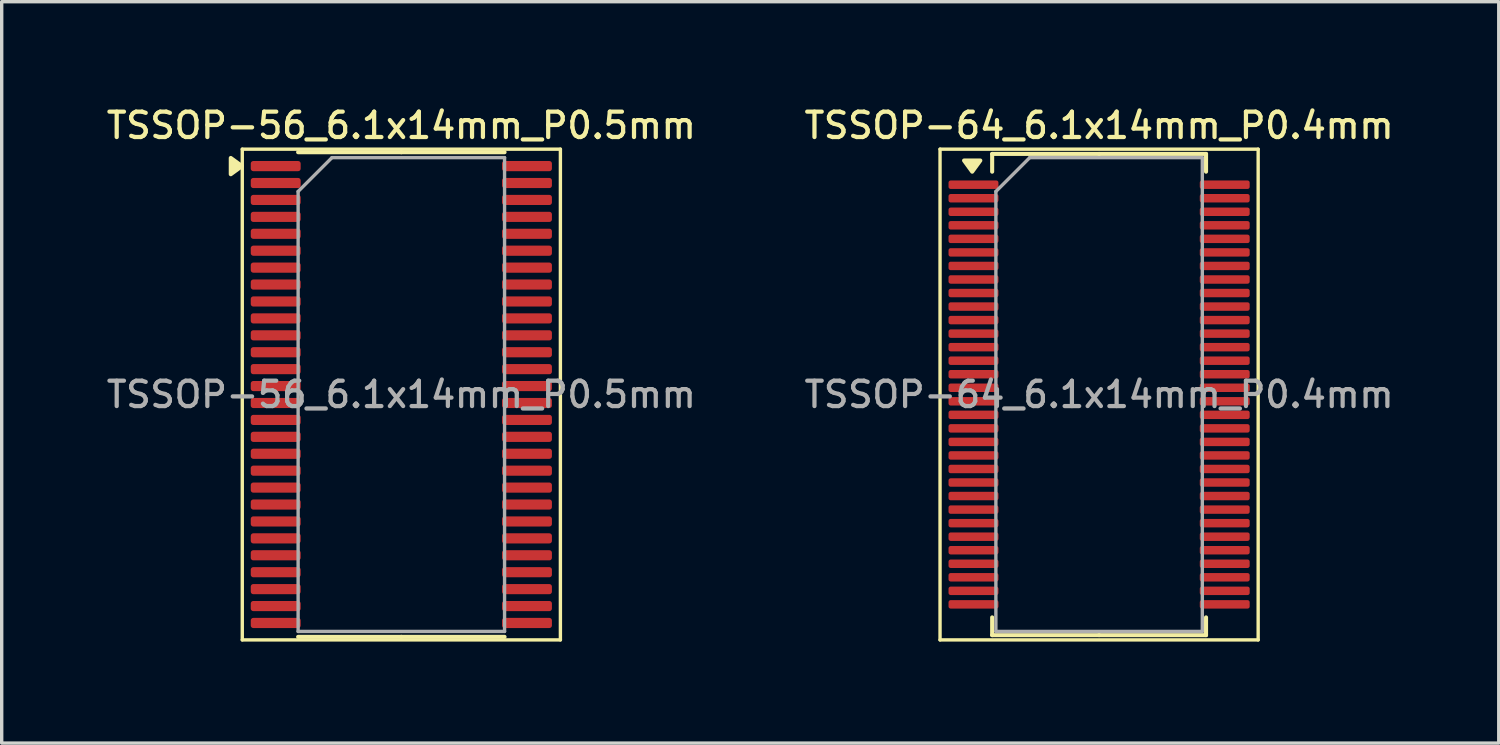
<source format=kicad_pcb>
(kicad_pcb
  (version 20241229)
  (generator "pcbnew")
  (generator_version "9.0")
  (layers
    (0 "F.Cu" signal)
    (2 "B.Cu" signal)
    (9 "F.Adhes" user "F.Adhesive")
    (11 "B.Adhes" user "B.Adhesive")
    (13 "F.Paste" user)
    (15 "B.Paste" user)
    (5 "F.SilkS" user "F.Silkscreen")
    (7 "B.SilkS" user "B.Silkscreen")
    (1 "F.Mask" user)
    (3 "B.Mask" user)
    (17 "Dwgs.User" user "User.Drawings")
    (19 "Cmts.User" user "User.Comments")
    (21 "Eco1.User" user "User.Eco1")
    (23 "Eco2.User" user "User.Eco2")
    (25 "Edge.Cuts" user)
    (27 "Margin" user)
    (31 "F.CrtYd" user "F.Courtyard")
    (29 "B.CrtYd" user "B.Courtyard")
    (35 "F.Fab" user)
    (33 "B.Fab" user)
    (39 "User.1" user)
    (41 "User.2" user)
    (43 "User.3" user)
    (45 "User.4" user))
  (footprint "TSSOP-64_6.1x14mm_P0.4mm"
    (layer "F.Cu")
    (at 29.427 8.608)
    (property "Reference" "TSSOP-64_6.1x14mm_P0.4mm" (at 0 -7.95 0) (layer "F.SilkS") (effects (font (size 0.75 0.75) (thickness 0.125))))
    (attr smd)
    (fp_line (start -4.7 -7.25) (end -4.7 7.25) (stroke (width 0.1) (type solid)) (layer "F.SilkS"))
    (fp_line (start -4.7 7.25) (end 4.7 7.25) (stroke (width 0.1) (type solid)) (layer "F.SilkS"))
    (fp_line (start -3.16 -7.11) (end -3.16 -6.585) (stroke (width 0.12) (type solid)) (layer "F.SilkS"))
    (fp_line (start -3.16 7.11) (end -3.16 6.585) (stroke (width 0.12) (type solid)) (layer "F.SilkS"))
    (fp_line (start 0 -7.11) (end -3.16 -7.11) (stroke (width 0.12) (type solid)) (layer "F.SilkS"))
    (fp_line (start 0 -7.11) (end 3.16 -7.11) (stroke (width 0.12) (type solid)) (layer "F.SilkS"))
    (fp_line (start 0 7.11) (end -3.16 7.11) (stroke (width 0.12) (type solid)) (layer "F.SilkS"))
    (fp_line (start 0 7.11) (end 3.16 7.11) (stroke (width 0.12) (type solid)) (layer "F.SilkS"))
    (fp_line (start 3.16 -7.11) (end 3.16 -6.585) (stroke (width 0.12) (type solid)) (layer "F.SilkS"))
    (fp_line (start 3.16 7.11) (end 3.16 6.585) (stroke (width 0.12) (type solid)) (layer "F.SilkS"))
    (fp_line (start 4.7 -7.25) (end -4.7 -7.25) (stroke (width 0.1) (type solid)) (layer "F.SilkS"))
    (fp_line (start 4.7 7.25) (end 4.7 -7.25) (stroke (width 0.1) (type solid)) (layer "F.SilkS"))
    (fp_poly (pts (xy -3.75 -6.585) (xy -3.99 -6.915) (xy -3.51 -6.915) (xy -3.75 -6.585)) (stroke (width 0.12) (type solid)) (fill yes) (layer "F.SilkS"))
    (fp_line (start -3.05 -6) (end -2.05 -7) (stroke (width 0.1) (type solid)) (layer "F.Fab"))
    (fp_line (start -3.05 7) (end -3.05 -6) (stroke (width 0.1) (type solid)) (layer "F.Fab"))
    (fp_line (start -2.05 -7) (end 3.05 -7) (stroke (width 0.1) (type solid)) (layer "F.Fab"))
    (fp_line (start 3.05 -7) (end 3.05 7) (stroke (width 0.1) (type solid)) (layer "F.Fab"))
    (fp_line (start 3.05 7) (end -3.05 7) (stroke (width 0.1) (type solid)) (layer "F.Fab"))
    (fp_text user "${REFERENCE}" (at 0 0 0) (layer "F.Fab") (effects (font (size 0.75 0.75) (thickness 0.125))))
    (pad "1" smd roundrect (at -3.712 -6.2) (size 1.475 0.25) (layers "F.Cu" "F.Mask" "F.Paste") (roundrect_rratio 0.25))
    (pad "2" smd roundrect (at -3.712 -5.8) (size 1.475 0.25) (layers "F.Cu" "F.Mask" "F.Paste") (roundrect_rratio 0.25))
    (pad "3" smd roundrect (at -3.712 -5.4) (size 1.475 0.25) (layers "F.Cu" "F.Mask" "F.Paste") (roundrect_rratio 0.25))
    (pad "4" smd roundrect (at -3.712 -5) (size 1.475 0.25) (layers "F.Cu" "F.Mask" "F.Paste") (roundrect_rratio 0.25))
    (pad "5" smd roundrect (at -3.712 -4.6) (size 1.475 0.25) (layers "F.Cu" "F.Mask" "F.Paste") (roundrect_rratio 0.25))
    (pad "6" smd roundrect (at -3.712 -4.2) (size 1.475 0.25) (layers "F.Cu" "F.Mask" "F.Paste") (roundrect_rratio 0.25))
    (pad "7" smd roundrect (at -3.712 -3.8) (size 1.475 0.25) (layers "F.Cu" "F.Mask" "F.Paste") (roundrect_rratio 0.25))
    (pad "8" smd roundrect (at -3.712 -3.4) (size 1.475 0.25) (layers "F.Cu" "F.Mask" "F.Paste") (roundrect_rratio 0.25))
    (pad "9" smd roundrect (at -3.712 -3) (size 1.475 0.25) (layers "F.Cu" "F.Mask" "F.Paste") (roundrect_rratio 0.25))
    (pad "10" smd roundrect (at -3.712 -2.6) (size 1.475 0.25) (layers "F.Cu" "F.Mask" "F.Paste") (roundrect_rratio 0.25))
    (pad "11" smd roundrect (at -3.712 -2.2) (size 1.475 0.25) (layers "F.Cu" "F.Mask" "F.Paste") (roundrect_rratio 0.25))
    (pad "12" smd roundrect (at -3.712 -1.8) (size 1.475 0.25) (layers "F.Cu" "F.Mask" "F.Paste") (roundrect_rratio 0.25))
    (pad "13" smd roundrect (at -3.712 -1.4) (size 1.475 0.25) (layers "F.Cu" "F.Mask" "F.Paste") (roundrect_rratio 0.25))
    (pad "14" smd roundrect (at -3.712 -1) (size 1.475 0.25) (layers "F.Cu" "F.Mask" "F.Paste") (roundrect_rratio 0.25))
    (pad "15" smd roundrect (at -3.712 -0.6) (size 1.475 0.25) (layers "F.Cu" "F.Mask" "F.Paste") (roundrect_rratio 0.25))
    (pad "16" smd roundrect (at -3.712 -0.2) (size 1.475 0.25) (layers "F.Cu" "F.Mask" "F.Paste") (roundrect_rratio 0.25))
    (pad "17" smd roundrect (at -3.712 0.2) (size 1.475 0.25) (layers "F.Cu" "F.Mask" "F.Paste") (roundrect_rratio 0.25))
    (pad "18" smd roundrect (at -3.712 0.6) (size 1.475 0.25) (layers "F.Cu" "F.Mask" "F.Paste") (roundrect_rratio 0.25))
    (pad "19" smd roundrect (at -3.712 1) (size 1.475 0.25) (layers "F.Cu" "F.Mask" "F.Paste") (roundrect_rratio 0.25))
    (pad "20" smd roundrect (at -3.712 1.4) (size 1.475 0.25) (layers "F.Cu" "F.Mask" "F.Paste") (roundrect_rratio 0.25))
    (pad "21" smd roundrect (at -3.712 1.8) (size 1.475 0.25) (layers "F.Cu" "F.Mask" "F.Paste") (roundrect_rratio 0.25))
    (pad "22" smd roundrect (at -3.712 2.2) (size 1.475 0.25) (layers "F.Cu" "F.Mask" "F.Paste") (roundrect_rratio 0.25))
    (pad "23" smd roundrect (at -3.712 2.6) (size 1.475 0.25) (layers "F.Cu" "F.Mask" "F.Paste") (roundrect_rratio 0.25))
    (pad "24" smd roundrect (at -3.712 3) (size 1.475 0.25) (layers "F.Cu" "F.Mask" "F.Paste") (roundrect_rratio 0.25))
    (pad "25" smd roundrect (at -3.712 3.4) (size 1.475 0.25) (layers "F.Cu" "F.Mask" "F.Paste") (roundrect_rratio 0.25))
    (pad "26" smd roundrect (at -3.712 3.8) (size 1.475 0.25) (layers "F.Cu" "F.Mask" "F.Paste") (roundrect_rratio 0.25))
    (pad "27" smd roundrect (at -3.712 4.2) (size 1.475 0.25) (layers "F.Cu" "F.Mask" "F.Paste") (roundrect_rratio 0.25))
    (pad "28" smd roundrect (at -3.712 4.6) (size 1.475 0.25) (layers "F.Cu" "F.Mask" "F.Paste") (roundrect_rratio 0.25))
    (pad "29" smd roundrect (at -3.712 5) (size 1.475 0.25) (layers "F.Cu" "F.Mask" "F.Paste") (roundrect_rratio 0.25))
    (pad "30" smd roundrect (at -3.712 5.4) (size 1.475 0.25) (layers "F.Cu" "F.Mask" "F.Paste") (roundrect_rratio 0.25))
    (pad "31" smd roundrect (at -3.712 5.8) (size 1.475 0.25) (layers "F.Cu" "F.Mask" "F.Paste") (roundrect_rratio 0.25))
    (pad "32" smd roundrect (at -3.712 6.2) (size 1.475 0.25) (layers "F.Cu" "F.Mask" "F.Paste") (roundrect_rratio 0.25))
    (pad "33" smd roundrect (at 3.712 6.2) (size 1.475 0.25) (layers "F.Cu" "F.Mask" "F.Paste") (roundrect_rratio 0.25))
    (pad "34" smd roundrect (at 3.712 5.8) (size 1.475 0.25) (layers "F.Cu" "F.Mask" "F.Paste") (roundrect_rratio 0.25))
    (pad "35" smd roundrect (at 3.712 5.4) (size 1.475 0.25) (layers "F.Cu" "F.Mask" "F.Paste") (roundrect_rratio 0.25))
    (pad "36" smd roundrect (at 3.712 5) (size 1.475 0.25) (layers "F.Cu" "F.Mask" "F.Paste") (roundrect_rratio 0.25))
    (pad "37" smd roundrect (at 3.712 4.6) (size 1.475 0.25) (layers "F.Cu" "F.Mask" "F.Paste") (roundrect_rratio 0.25))
    (pad "38" smd roundrect (at 3.712 4.2) (size 1.475 0.25) (layers "F.Cu" "F.Mask" "F.Paste") (roundrect_rratio 0.25))
    (pad "39" smd roundrect (at 3.712 3.8) (size 1.475 0.25) (layers "F.Cu" "F.Mask" "F.Paste") (roundrect_rratio 0.25))
    (pad "40" smd roundrect (at 3.712 3.4) (size 1.475 0.25) (layers "F.Cu" "F.Mask" "F.Paste") (roundrect_rratio 0.25))
    (pad "41" smd roundrect (at 3.712 3) (size 1.475 0.25) (layers "F.Cu" "F.Mask" "F.Paste") (roundrect_rratio 0.25))
    (pad "42" smd roundrect (at 3.712 2.6) (size 1.475 0.25) (layers "F.Cu" "F.Mask" "F.Paste") (roundrect_rratio 0.25))
    (pad "43" smd roundrect (at 3.712 2.2) (size 1.475 0.25) (layers "F.Cu" "F.Mask" "F.Paste") (roundrect_rratio 0.25))
    (pad "44" smd roundrect (at 3.712 1.8) (size 1.475 0.25) (layers "F.Cu" "F.Mask" "F.Paste") (roundrect_rratio 0.25))
    (pad "45" smd roundrect (at 3.712 1.4) (size 1.475 0.25) (layers "F.Cu" "F.Mask" "F.Paste") (roundrect_rratio 0.25))
    (pad "46" smd roundrect (at 3.712 1) (size 1.475 0.25) (layers "F.Cu" "F.Mask" "F.Paste") (roundrect_rratio 0.25))
    (pad "47" smd roundrect (at 3.712 0.6) (size 1.475 0.25) (layers "F.Cu" "F.Mask" "F.Paste") (roundrect_rratio 0.25))
    (pad "48" smd roundrect (at 3.712 0.2) (size 1.475 0.25) (layers "F.Cu" "F.Mask" "F.Paste") (roundrect_rratio 0.25))
    (pad "49" smd roundrect (at 3.712 -0.2) (size 1.475 0.25) (layers "F.Cu" "F.Mask" "F.Paste") (roundrect_rratio 0.25))
    (pad "50" smd roundrect (at 3.712 -0.6) (size 1.475 0.25) (layers "F.Cu" "F.Mask" "F.Paste") (roundrect_rratio 0.25))
    (pad "51" smd roundrect (at 3.712 -1) (size 1.475 0.25) (layers "F.Cu" "F.Mask" "F.Paste") (roundrect_rratio 0.25))
    (pad "52" smd roundrect (at 3.712 -1.4) (size 1.475 0.25) (layers "F.Cu" "F.Mask" "F.Paste") (roundrect_rratio 0.25))
    (pad "53" smd roundrect (at 3.712 -1.8) (size 1.475 0.25) (layers "F.Cu" "F.Mask" "F.Paste") (roundrect_rratio 0.25))
    (pad "54" smd roundrect (at 3.712 -2.2) (size 1.475 0.25) (layers "F.Cu" "F.Mask" "F.Paste") (roundrect_rratio 0.25))
    (pad "55" smd roundrect (at 3.712 -2.6) (size 1.475 0.25) (layers "F.Cu" "F.Mask" "F.Paste") (roundrect_rratio 0.25))
    (pad "56" smd roundrect (at 3.712 -3) (size 1.475 0.25) (layers "F.Cu" "F.Mask" "F.Paste") (roundrect_rratio 0.25))
    (pad "57" smd roundrect (at 3.712 -3.4) (size 1.475 0.25) (layers "F.Cu" "F.Mask" "F.Paste") (roundrect_rratio 0.25))
    (pad "58" smd roundrect (at 3.712 -3.8) (size 1.475 0.25) (layers "F.Cu" "F.Mask" "F.Paste") (roundrect_rratio 0.25))
    (pad "59" smd roundrect (at 3.712 -4.2) (size 1.475 0.25) (layers "F.Cu" "F.Mask" "F.Paste") (roundrect_rratio 0.25))
    (pad "60" smd roundrect (at 3.712 -4.6) (size 1.475 0.25) (layers "F.Cu" "F.Mask" "F.Paste") (roundrect_rratio 0.25))
    (pad "61" smd roundrect (at 3.712 -5) (size 1.475 0.25) (layers "F.Cu" "F.Mask" "F.Paste") (roundrect_rratio 0.25))
    (pad "62" smd roundrect (at 3.712 -5.4) (size 1.475 0.25) (layers "F.Cu" "F.Mask" "F.Paste") (roundrect_rratio 0.25))
    (pad "63" smd roundrect (at 3.712 -5.8) (size 1.475 0.25) (layers "F.Cu" "F.Mask" "F.Paste") (roundrect_rratio 0.25))
    (pad "64" smd roundrect (at 3.712 -6.2) (size 1.475 0.25) (layers "F.Cu" "F.Mask" "F.Paste") (roundrect_rratio 0.25)))
  (footprint "TSSOP-56_6.1x14mm_P0.5mm"
    (layer "F.Cu")
    (at 8.809 8.608)
    (property "Reference" "TSSOP-56_6.1x14mm_P0.5mm" (at 0 -7.95 0) (layer "F.SilkS") (effects (font (size 0.75 0.75) (thickness 0.125))))
    (attr smd)
    (fp_line (start -4.7 -7.25) (end -4.7 7.25) (stroke (width 0.1) (type solid)) (layer "F.SilkS"))
    (fp_line (start -4.7 7.25) (end 4.7 7.25) (stroke (width 0.1) (type solid)) (layer "F.SilkS"))
    (fp_line (start 0 -7.16) (end -3.05 -7.16) (stroke (width 0.12) (type solid)) (layer "F.SilkS"))
    (fp_line (start 0 -7.16) (end 3.05 -7.16) (stroke (width 0.12) (type solid)) (layer "F.SilkS"))
    (fp_line (start 0 7.16) (end -3.05 7.16) (stroke (width 0.12) (type solid)) (layer "F.SilkS"))
    (fp_line (start 0 7.16) (end 3.05 7.16) (stroke (width 0.12) (type solid)) (layer "F.SilkS"))
    (fp_line (start 4.7 -7.25) (end -4.7 -7.25) (stroke (width 0.1) (type solid)) (layer "F.SilkS"))
    (fp_line (start 4.7 7.25) (end 4.7 -7.25) (stroke (width 0.1) (type solid)) (layer "F.SilkS"))
    (fp_poly (pts (xy -4.71 -6.75) (xy -5.04 -6.99) (xy -5.04 -6.51) (xy -4.71 -6.75)) (stroke (width 0.12) (type solid)) (fill yes) (layer "F.SilkS"))
    (fp_line (start -3.05 -6) (end -2.05 -7) (stroke (width 0.1) (type solid)) (layer "F.Fab"))
    (fp_line (start -3.05 7) (end -3.05 -6) (stroke (width 0.1) (type solid)) (layer "F.Fab"))
    (fp_line (start -2.05 -7) (end 3.05 -7) (stroke (width 0.1) (type solid)) (layer "F.Fab"))
    (fp_line (start 3.05 -7) (end 3.05 7) (stroke (width 0.1) (type solid)) (layer "F.Fab"))
    (fp_line (start 3.05 7) (end -3.05 7) (stroke (width 0.1) (type solid)) (layer "F.Fab"))
    (fp_text user "${REFERENCE}" (at 0 0 0) (layer "F.Fab") (effects (font (size 0.75 0.75) (thickness 0.125))))
    (pad "1" smd roundrect (at -3.712 -6.75) (size 1.475 0.3) (layers "F.Cu" "F.Mask" "F.Paste") (roundrect_rratio 0.25))
    (pad "2" smd roundrect (at -3.712 -6.25) (size 1.475 0.3) (layers "F.Cu" "F.Mask" "F.Paste") (roundrect_rratio 0.25))
    (pad "3" smd roundrect (at -3.712 -5.75) (size 1.475 0.3) (layers "F.Cu" "F.Mask" "F.Paste") (roundrect_rratio 0.25))
    (pad "4" smd roundrect (at -3.712 -5.25) (size 1.475 0.3) (layers "F.Cu" "F.Mask" "F.Paste") (roundrect_rratio 0.25))
    (pad "5" smd roundrect (at -3.712 -4.75) (size 1.475 0.3) (layers "F.Cu" "F.Mask" "F.Paste") (roundrect_rratio 0.25))
    (pad "6" smd roundrect (at -3.712 -4.25) (size 1.475 0.3) (layers "F.Cu" "F.Mask" "F.Paste") (roundrect_rratio 0.25))
    (pad "7" smd roundrect (at -3.712 -3.75) (size 1.475 0.3) (layers "F.Cu" "F.Mask" "F.Paste") (roundrect_rratio 0.25))
    (pad "8" smd roundrect (at -3.712 -3.25) (size 1.475 0.3) (layers "F.Cu" "F.Mask" "F.Paste") (roundrect_rratio 0.25))
    (pad "9" smd roundrect (at -3.712 -2.75) (size 1.475 0.3) (layers "F.Cu" "F.Mask" "F.Paste") (roundrect_rratio 0.25))
    (pad "10" smd roundrect (at -3.712 -2.25) (size 1.475 0.3) (layers "F.Cu" "F.Mask" "F.Paste") (roundrect_rratio 0.25))
    (pad "11" smd roundrect (at -3.712 -1.75) (size 1.475 0.3) (layers "F.Cu" "F.Mask" "F.Paste") (roundrect_rratio 0.25))
    (pad "12" smd roundrect (at -3.712 -1.25) (size 1.475 0.3) (layers "F.Cu" "F.Mask" "F.Paste") (roundrect_rratio 0.25))
    (pad "13" smd roundrect (at -3.712 -0.75) (size 1.475 0.3) (layers "F.Cu" "F.Mask" "F.Paste") (roundrect_rratio 0.25))
    (pad "14" smd roundrect (at -3.712 -0.25) (size 1.475 0.3) (layers "F.Cu" "F.Mask" "F.Paste") (roundrect_rratio 0.25))
    (pad "15" smd roundrect (at -3.712 0.25) (size 1.475 0.3) (layers "F.Cu" "F.Mask" "F.Paste") (roundrect_rratio 0.25))
    (pad "16" smd roundrect (at -3.712 0.75) (size 1.475 0.3) (layers "F.Cu" "F.Mask" "F.Paste") (roundrect_rratio 0.25))
    (pad "17" smd roundrect (at -3.712 1.25) (size 1.475 0.3) (layers "F.Cu" "F.Mask" "F.Paste") (roundrect_rratio 0.25))
    (pad "18" smd roundrect (at -3.712 1.75) (size 1.475 0.3) (layers "F.Cu" "F.Mask" "F.Paste") (roundrect_rratio 0.25))
    (pad "19" smd roundrect (at -3.712 2.25) (size 1.475 0.3) (layers "F.Cu" "F.Mask" "F.Paste") (roundrect_rratio 0.25))
    (pad "20" smd roundrect (at -3.712 2.75) (size 1.475 0.3) (layers "F.Cu" "F.Mask" "F.Paste") (roundrect_rratio 0.25))
    (pad "21" smd roundrect (at -3.712 3.25) (size 1.475 0.3) (layers "F.Cu" "F.Mask" "F.Paste") (roundrect_rratio 0.25))
    (pad "22" smd roundrect (at -3.712 3.75) (size 1.475 0.3) (layers "F.Cu" "F.Mask" "F.Paste") (roundrect_rratio 0.25))
    (pad "23" smd roundrect (at -3.712 4.25) (size 1.475 0.3) (layers "F.Cu" "F.Mask" "F.Paste") (roundrect_rratio 0.25))
    (pad "24" smd roundrect (at -3.712 4.75) (size 1.475 0.3) (layers "F.Cu" "F.Mask" "F.Paste") (roundrect_rratio 0.25))
    (pad "25" smd roundrect (at -3.712 5.25) (size 1.475 0.3) (layers "F.Cu" "F.Mask" "F.Paste") (roundrect_rratio 0.25))
    (pad "26" smd roundrect (at -3.712 5.75) (size 1.475 0.3) (layers "F.Cu" "F.Mask" "F.Paste") (roundrect_rratio 0.25))
    (pad "27" smd roundrect (at -3.712 6.25) (size 1.475 0.3) (layers "F.Cu" "F.Mask" "F.Paste") (roundrect_rratio 0.25))
    (pad "28" smd roundrect (at -3.712 6.75) (size 1.475 0.3) (layers "F.Cu" "F.Mask" "F.Paste") (roundrect_rratio 0.25))
    (pad "29" smd roundrect (at 3.712 6.75) (size 1.475 0.3) (layers "F.Cu" "F.Mask" "F.Paste") (roundrect_rratio 0.25))
    (pad "30" smd roundrect (at 3.712 6.25) (size 1.475 0.3) (layers "F.Cu" "F.Mask" "F.Paste") (roundrect_rratio 0.25))
    (pad "31" smd roundrect (at 3.712 5.75) (size 1.475 0.3) (layers "F.Cu" "F.Mask" "F.Paste") (roundrect_rratio 0.25))
    (pad "32" smd roundrect (at 3.712 5.25) (size 1.475 0.3) (layers "F.Cu" "F.Mask" "F.Paste") (roundrect_rratio 0.25))
    (pad "33" smd roundrect (at 3.712 4.75) (size 1.475 0.3) (layers "F.Cu" "F.Mask" "F.Paste") (roundrect_rratio 0.25))
    (pad "34" smd roundrect (at 3.712 4.25) (size 1.475 0.3) (layers "F.Cu" "F.Mask" "F.Paste") (roundrect_rratio 0.25))
    (pad "35" smd roundrect (at 3.712 3.75) (size 1.475 0.3) (layers "F.Cu" "F.Mask" "F.Paste") (roundrect_rratio 0.25))
    (pad "36" smd roundrect (at 3.712 3.25) (size 1.475 0.3) (layers "F.Cu" "F.Mask" "F.Paste") (roundrect_rratio 0.25))
    (pad "37" smd roundrect (at 3.712 2.75) (size 1.475 0.3) (layers "F.Cu" "F.Mask" "F.Paste") (roundrect_rratio 0.25))
    (pad "38" smd roundrect (at 3.712 2.25) (size 1.475 0.3) (layers "F.Cu" "F.Mask" "F.Paste") (roundrect_rratio 0.25))
    (pad "39" smd roundrect (at 3.712 1.75) (size 1.475 0.3) (layers "F.Cu" "F.Mask" "F.Paste") (roundrect_rratio 0.25))
    (pad "40" smd roundrect (at 3.712 1.25) (size 1.475 0.3) (layers "F.Cu" "F.Mask" "F.Paste") (roundrect_rratio 0.25))
    (pad "41" smd roundrect (at 3.712 0.75) (size 1.475 0.3) (layers "F.Cu" "F.Mask" "F.Paste") (roundrect_rratio 0.25))
    (pad "42" smd roundrect (at 3.712 0.25) (size 1.475 0.3) (layers "F.Cu" "F.Mask" "F.Paste") (roundrect_rratio 0.25))
    (pad "43" smd roundrect (at 3.712 -0.25) (size 1.475 0.3) (layers "F.Cu" "F.Mask" "F.Paste") (roundrect_rratio 0.25))
    (pad "44" smd roundrect (at 3.712 -0.75) (size 1.475 0.3) (layers "F.Cu" "F.Mask" "F.Paste") (roundrect_rratio 0.25))
    (pad "45" smd roundrect (at 3.712 -1.25) (size 1.475 0.3) (layers "F.Cu" "F.Mask" "F.Paste") (roundrect_rratio 0.25))
    (pad "46" smd roundrect (at 3.712 -1.75) (size 1.475 0.3) (layers "F.Cu" "F.Mask" "F.Paste") (roundrect_rratio 0.25))
    (pad "47" smd roundrect (at 3.712 -2.25) (size 1.475 0.3) (layers "F.Cu" "F.Mask" "F.Paste") (roundrect_rratio 0.25))
    (pad "48" smd roundrect (at 3.712 -2.75) (size 1.475 0.3) (layers "F.Cu" "F.Mask" "F.Paste") (roundrect_rratio 0.25))
    (pad "49" smd roundrect (at 3.712 -3.25) (size 1.475 0.3) (layers "F.Cu" "F.Mask" "F.Paste") (roundrect_rratio 0.25))
    (pad "50" smd roundrect (at 3.712 -3.75) (size 1.475 0.3) (layers "F.Cu" "F.Mask" "F.Paste") (roundrect_rratio 0.25))
    (pad "51" smd roundrect (at 3.712 -4.25) (size 1.475 0.3) (layers "F.Cu" "F.Mask" "F.Paste") (roundrect_rratio 0.25))
    (pad "52" smd roundrect (at 3.712 -4.75) (size 1.475 0.3) (layers "F.Cu" "F.Mask" "F.Paste") (roundrect_rratio 0.25))
    (pad "53" smd roundrect (at 3.712 -5.25) (size 1.475 0.3) (layers "F.Cu" "F.Mask" "F.Paste") (roundrect_rratio 0.25))
    (pad "54" smd roundrect (at 3.712 -5.75) (size 1.475 0.3) (layers "F.Cu" "F.Mask" "F.Paste") (roundrect_rratio 0.25))
    (pad "55" smd roundrect (at 3.712 -6.25) (size 1.475 0.3) (layers "F.Cu" "F.Mask" "F.Paste") (roundrect_rratio 0.25))
    (pad "56" smd roundrect (at 3.712 -6.75) (size 1.475 0.3) (layers "F.Cu" "F.Mask" "F.Paste") (roundrect_rratio 0.25)))
  (gr_rect
    (start -3 -3)
    (end 41.236 18.908)
    (stroke (width 0.1) (type default))
    (fill no)
    (layer "Edge.Cuts")))
</source>
